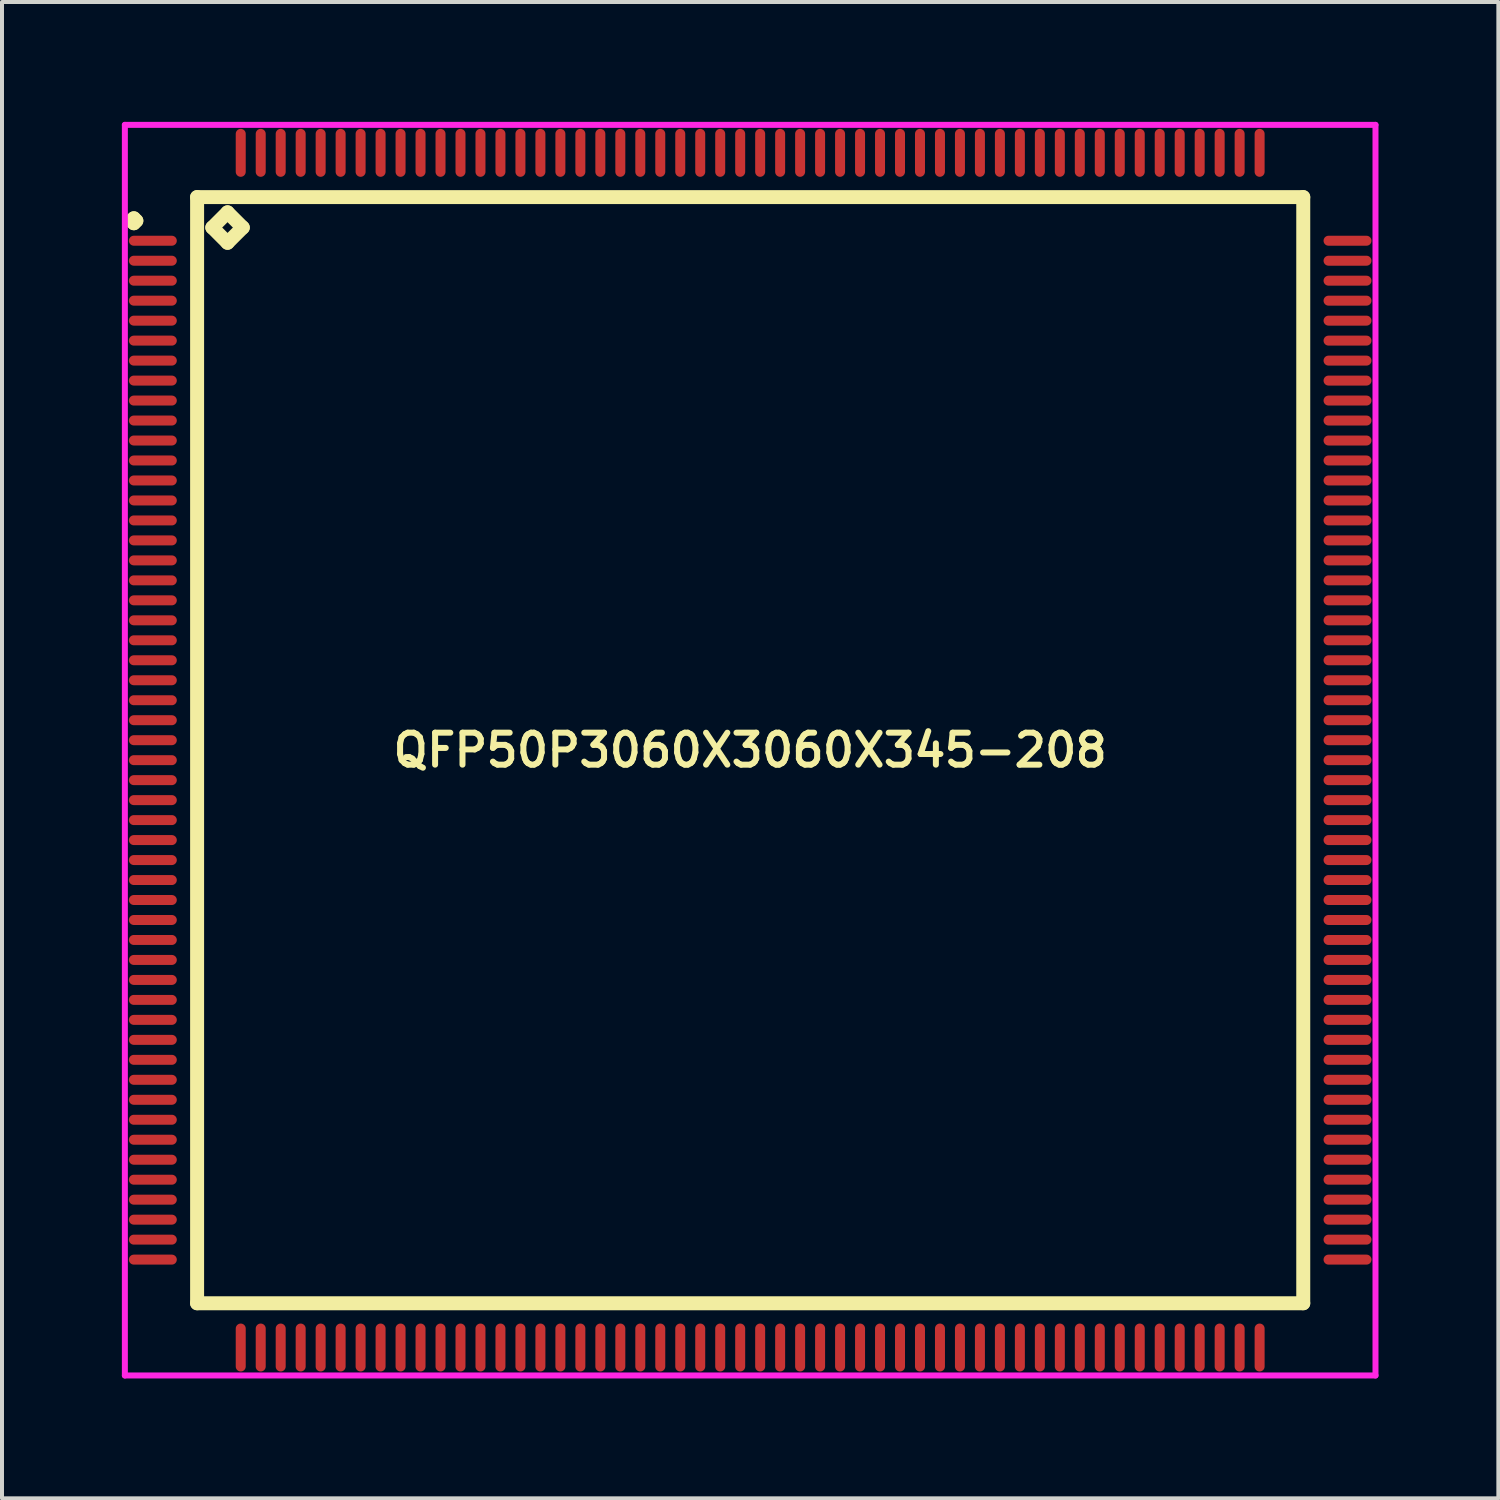
<source format=kicad_pcb>
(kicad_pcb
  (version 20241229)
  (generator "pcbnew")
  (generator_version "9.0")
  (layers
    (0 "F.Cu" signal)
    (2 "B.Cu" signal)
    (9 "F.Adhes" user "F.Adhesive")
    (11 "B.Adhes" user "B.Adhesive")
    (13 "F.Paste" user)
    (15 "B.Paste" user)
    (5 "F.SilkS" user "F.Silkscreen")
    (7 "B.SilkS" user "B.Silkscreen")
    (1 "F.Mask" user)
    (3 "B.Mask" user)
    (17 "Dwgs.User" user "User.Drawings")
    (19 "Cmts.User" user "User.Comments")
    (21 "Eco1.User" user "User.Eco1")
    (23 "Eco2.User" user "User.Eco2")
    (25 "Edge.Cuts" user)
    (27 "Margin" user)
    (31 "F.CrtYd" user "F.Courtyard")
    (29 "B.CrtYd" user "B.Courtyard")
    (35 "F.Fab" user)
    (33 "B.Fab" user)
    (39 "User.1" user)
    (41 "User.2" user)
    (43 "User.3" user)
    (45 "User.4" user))
  (footprint "QFP50P3060X3060X345-208"
    (layer "F.Cu")
    (at 15.725 15.725)
    (property "Reference" "QFP50P3060X3060X345-208" (at 0 0 0) (layer "F.SilkS") (effects (font (size 0.8 0.8) (thickness 0.15))))
    (attr smd)
    (fp_line (start -15.488 -13.25) (end -15.425 -13.312) (stroke (width 0.35) (type solid)) (layer "F.SilkS"))
    (fp_line (start -15.425 -13.312) (end -15.363 -13.25) (stroke (width 0.35) (type solid)) (layer "F.SilkS"))
    (fp_line (start -15.425 -13.188) (end -15.488 -13.25) (stroke (width 0.35) (type solid)) (layer "F.SilkS"))
    (fp_line (start -15.363 -13.25) (end -15.425 -13.188) (stroke (width 0.35) (type solid)) (layer "F.SilkS"))
    (fp_line (start -13.842 -13.842) (end -13.842 13.842) (stroke (width 0.35) (type solid)) (layer "F.SilkS"))
    (fp_line (start -13.842 13.842) (end 13.842 13.842) (stroke (width 0.35) (type solid)) (layer "F.SilkS"))
    (fp_line (start -13.461 -13.08) (end -13.08 -13.461) (stroke (width 0.35) (type solid)) (layer "F.SilkS"))
    (fp_line (start -13.08 -13.461) (end -12.699 -13.08) (stroke (width 0.35) (type solid)) (layer "F.SilkS"))
    (fp_line (start -13.08 -12.699) (end -13.461 -13.08) (stroke (width 0.35) (type solid)) (layer "F.SilkS"))
    (fp_line (start -12.699 -13.08) (end -13.08 -12.699) (stroke (width 0.35) (type solid)) (layer "F.SilkS"))
    (fp_line (start 13.842 -13.842) (end -13.842 -13.842) (stroke (width 0.35) (type solid)) (layer "F.SilkS"))
    (fp_line (start 13.842 13.842) (end 13.842 -13.842) (stroke (width 0.35) (type solid)) (layer "F.SilkS"))
    (fp_line (start -15.65 -15.65) (end 15.65 -15.65) (stroke (width 0.15) (type solid)) (layer "F.CrtYd"))
    (fp_line (start -15.65 15.65) (end -15.65 -15.65) (stroke (width 0.15) (type solid)) (layer "F.CrtYd"))
    (fp_line (start 15.65 -15.65) (end 15.65 15.65) (stroke (width 0.15) (type solid)) (layer "F.CrtYd"))
    (fp_line (start 15.65 15.65) (end -15.65 15.65) (stroke (width 0.15) (type solid)) (layer "F.CrtYd"))
    (pad "1" smd oval (at -14.95 -12.75) (size 1.2 0.25) (layers "F.Cu" "F.Mask" "F.Paste"))
    (pad "2" smd oval (at -14.95 -12.25) (size 1.2 0.25) (layers "F.Cu" "F.Mask" "F.Paste"))
    (pad "3" smd oval (at -14.95 -11.75) (size 1.2 0.25) (layers "F.Cu" "F.Mask" "F.Paste"))
    (pad "4" smd oval (at -14.95 -11.25) (size 1.2 0.25) (layers "F.Cu" "F.Mask" "F.Paste"))
    (pad "5" smd oval (at -14.95 -10.75) (size 1.2 0.25) (layers "F.Cu" "F.Mask" "F.Paste"))
    (pad "6" smd oval (at -14.95 -10.25) (size 1.2 0.25) (layers "F.Cu" "F.Mask" "F.Paste"))
    (pad "7" smd oval (at -14.95 -9.75) (size 1.2 0.25) (layers "F.Cu" "F.Mask" "F.Paste"))
    (pad "8" smd oval (at -14.95 -9.25) (size 1.2 0.25) (layers "F.Cu" "F.Mask" "F.Paste"))
    (pad "9" smd oval (at -14.95 -8.75) (size 1.2 0.25) (layers "F.Cu" "F.Mask" "F.Paste"))
    (pad "10" smd oval (at -14.95 -8.25) (size 1.2 0.25) (layers "F.Cu" "F.Mask" "F.Paste"))
    (pad "11" smd oval (at -14.95 -7.75) (size 1.2 0.25) (layers "F.Cu" "F.Mask" "F.Paste"))
    (pad "12" smd oval (at -14.95 -7.25) (size 1.2 0.25) (layers "F.Cu" "F.Mask" "F.Paste"))
    (pad "13" smd oval (at -14.95 -6.75) (size 1.2 0.25) (layers "F.Cu" "F.Mask" "F.Paste"))
    (pad "14" smd oval (at -14.95 -6.25) (size 1.2 0.25) (layers "F.Cu" "F.Mask" "F.Paste"))
    (pad "15" smd oval (at -14.95 -5.75) (size 1.2 0.25) (layers "F.Cu" "F.Mask" "F.Paste"))
    (pad "16" smd oval (at -14.95 -5.25) (size 1.2 0.25) (layers "F.Cu" "F.Mask" "F.Paste"))
    (pad "17" smd oval (at -14.95 -4.75) (size 1.2 0.25) (layers "F.Cu" "F.Mask" "F.Paste"))
    (pad "18" smd oval (at -14.95 -4.25) (size 1.2 0.25) (layers "F.Cu" "F.Mask" "F.Paste"))
    (pad "19" smd oval (at -14.95 -3.75) (size 1.2 0.25) (layers "F.Cu" "F.Mask" "F.Paste"))
    (pad "20" smd oval (at -14.95 -3.25) (size 1.2 0.25) (layers "F.Cu" "F.Mask" "F.Paste"))
    (pad "21" smd oval (at -14.95 -2.75) (size 1.2 0.25) (layers "F.Cu" "F.Mask" "F.Paste"))
    (pad "22" smd oval (at -14.95 -2.25) (size 1.2 0.25) (layers "F.Cu" "F.Mask" "F.Paste"))
    (pad "23" smd oval (at -14.95 -1.75) (size 1.2 0.25) (layers "F.Cu" "F.Mask" "F.Paste"))
    (pad "24" smd oval (at -14.95 -1.25) (size 1.2 0.25) (layers "F.Cu" "F.Mask" "F.Paste"))
    (pad "25" smd oval (at -14.95 -0.75) (size 1.2 0.25) (layers "F.Cu" "F.Mask" "F.Paste"))
    (pad "26" smd oval (at -14.95 -0.25) (size 1.2 0.25) (layers "F.Cu" "F.Mask" "F.Paste"))
    (pad "27" smd oval (at -14.95 0.25) (size 1.2 0.25) (layers "F.Cu" "F.Mask" "F.Paste"))
    (pad "28" smd oval (at -14.95 0.75) (size 1.2 0.25) (layers "F.Cu" "F.Mask" "F.Paste"))
    (pad "29" smd oval (at -14.95 1.25) (size 1.2 0.25) (layers "F.Cu" "F.Mask" "F.Paste"))
    (pad "30" smd oval (at -14.95 1.75) (size 1.2 0.25) (layers "F.Cu" "F.Mask" "F.Paste"))
    (pad "31" smd oval (at -14.95 2.25) (size 1.2 0.25) (layers "F.Cu" "F.Mask" "F.Paste"))
    (pad "32" smd oval (at -14.95 2.75) (size 1.2 0.25) (layers "F.Cu" "F.Mask" "F.Paste"))
    (pad "33" smd oval (at -14.95 3.25) (size 1.2 0.25) (layers "F.Cu" "F.Mask" "F.Paste"))
    (pad "34" smd oval (at -14.95 3.75) (size 1.2 0.25) (layers "F.Cu" "F.Mask" "F.Paste"))
    (pad "35" smd oval (at -14.95 4.25) (size 1.2 0.25) (layers "F.Cu" "F.Mask" "F.Paste"))
    (pad "36" smd oval (at -14.95 4.75) (size 1.2 0.25) (layers "F.Cu" "F.Mask" "F.Paste"))
    (pad "37" smd oval (at -14.95 5.25) (size 1.2 0.25) (layers "F.Cu" "F.Mask" "F.Paste"))
    (pad "38" smd oval (at -14.95 5.75) (size 1.2 0.25) (layers "F.Cu" "F.Mask" "F.Paste"))
    (pad "39" smd oval (at -14.95 6.25) (size 1.2 0.25) (layers "F.Cu" "F.Mask" "F.Paste"))
    (pad "40" smd oval (at -14.95 6.75) (size 1.2 0.25) (layers "F.Cu" "F.Mask" "F.Paste"))
    (pad "41" smd oval (at -14.95 7.25) (size 1.2 0.25) (layers "F.Cu" "F.Mask" "F.Paste"))
    (pad "42" smd oval (at -14.95 7.75) (size 1.2 0.25) (layers "F.Cu" "F.Mask" "F.Paste"))
    (pad "43" smd oval (at -14.95 8.25) (size 1.2 0.25) (layers "F.Cu" "F.Mask" "F.Paste"))
    (pad "44" smd oval (at -14.95 8.75) (size 1.2 0.25) (layers "F.Cu" "F.Mask" "F.Paste"))
    (pad "45" smd oval (at -14.95 9.25) (size 1.2 0.25) (layers "F.Cu" "F.Mask" "F.Paste"))
    (pad "46" smd oval (at -14.95 9.75) (size 1.2 0.25) (layers "F.Cu" "F.Mask" "F.Paste"))
    (pad "47" smd oval (at -14.95 10.25) (size 1.2 0.25) (layers "F.Cu" "F.Mask" "F.Paste"))
    (pad "48" smd oval (at -14.95 10.75) (size 1.2 0.25) (layers "F.Cu" "F.Mask" "F.Paste"))
    (pad "49" smd oval (at -14.95 11.25) (size 1.2 0.25) (layers "F.Cu" "F.Mask" "F.Paste"))
    (pad "50" smd oval (at -14.95 11.75) (size 1.2 0.25) (layers "F.Cu" "F.Mask" "F.Paste"))
    (pad "51" smd oval (at -14.95 12.25) (size 1.2 0.25) (layers "F.Cu" "F.Mask" "F.Paste"))
    (pad "52" smd oval (at -14.95 12.75) (size 1.2 0.25) (layers "F.Cu" "F.Mask" "F.Paste"))
    (pad "53" smd oval (at -12.75 14.95) (size 0.25 1.2) (layers "F.Cu" "F.Mask" "F.Paste"))
    (pad "54" smd oval (at -12.25 14.95) (size 0.25 1.2) (layers "F.Cu" "F.Mask" "F.Paste"))
    (pad "55" smd oval (at -11.75 14.95) (size 0.25 1.2) (layers "F.Cu" "F.Mask" "F.Paste"))
    (pad "56" smd oval (at -11.25 14.95) (size 0.25 1.2) (layers "F.Cu" "F.Mask" "F.Paste"))
    (pad "57" smd oval (at -10.75 14.95) (size 0.25 1.2) (layers "F.Cu" "F.Mask" "F.Paste"))
    (pad "58" smd oval (at -10.25 14.95) (size 0.25 1.2) (layers "F.Cu" "F.Mask" "F.Paste"))
    (pad "59" smd oval (at -9.75 14.95) (size 0.25 1.2) (layers "F.Cu" "F.Mask" "F.Paste"))
    (pad "60" smd oval (at -9.25 14.95) (size 0.25 1.2) (layers "F.Cu" "F.Mask" "F.Paste"))
    (pad "61" smd oval (at -8.75 14.95) (size 0.25 1.2) (layers "F.Cu" "F.Mask" "F.Paste"))
    (pad "62" smd oval (at -8.25 14.95) (size 0.25 1.2) (layers "F.Cu" "F.Mask" "F.Paste"))
    (pad "63" smd oval (at -7.75 14.95) (size 0.25 1.2) (layers "F.Cu" "F.Mask" "F.Paste"))
    (pad "64" smd oval (at -7.25 14.95) (size 0.25 1.2) (layers "F.Cu" "F.Mask" "F.Paste"))
    (pad "65" smd oval (at -6.75 14.95) (size 0.25 1.2) (layers "F.Cu" "F.Mask" "F.Paste"))
    (pad "66" smd oval (at -6.25 14.95) (size 0.25 1.2) (layers "F.Cu" "F.Mask" "F.Paste"))
    (pad "67" smd oval (at -5.75 14.95) (size 0.25 1.2) (layers "F.Cu" "F.Mask" "F.Paste"))
    (pad "68" smd oval (at -5.25 14.95) (size 0.25 1.2) (layers "F.Cu" "F.Mask" "F.Paste"))
    (pad "69" smd oval (at -4.75 14.95) (size 0.25 1.2) (layers "F.Cu" "F.Mask" "F.Paste"))
    (pad "70" smd oval (at -4.25 14.95) (size 0.25 1.2) (layers "F.Cu" "F.Mask" "F.Paste"))
    (pad "71" smd oval (at -3.75 14.95) (size 0.25 1.2) (layers "F.Cu" "F.Mask" "F.Paste"))
    (pad "72" smd oval (at -3.25 14.95) (size 0.25 1.2) (layers "F.Cu" "F.Mask" "F.Paste"))
    (pad "73" smd oval (at -2.75 14.95) (size 0.25 1.2) (layers "F.Cu" "F.Mask" "F.Paste"))
    (pad "74" smd oval (at -2.25 14.95) (size 0.25 1.2) (layers "F.Cu" "F.Mask" "F.Paste"))
    (pad "75" smd oval (at -1.75 14.95) (size 0.25 1.2) (layers "F.Cu" "F.Mask" "F.Paste"))
    (pad "76" smd oval (at -1.25 14.95) (size 0.25 1.2) (layers "F.Cu" "F.Mask" "F.Paste"))
    (pad "77" smd oval (at -0.75 14.95) (size 0.25 1.2) (layers "F.Cu" "F.Mask" "F.Paste"))
    (pad "78" smd oval (at -0.25 14.95) (size 0.25 1.2) (layers "F.Cu" "F.Mask" "F.Paste"))
    (pad "79" smd oval (at 0.25 14.95) (size 0.25 1.2) (layers "F.Cu" "F.Mask" "F.Paste"))
    (pad "80" smd oval (at 0.75 14.95) (size 0.25 1.2) (layers "F.Cu" "F.Mask" "F.Paste"))
    (pad "81" smd oval (at 1.25 14.95) (size 0.25 1.2) (layers "F.Cu" "F.Mask" "F.Paste"))
    (pad "82" smd oval (at 1.75 14.95) (size 0.25 1.2) (layers "F.Cu" "F.Mask" "F.Paste"))
    (pad "83" smd oval (at 2.25 14.95) (size 0.25 1.2) (layers "F.Cu" "F.Mask" "F.Paste"))
    (pad "84" smd oval (at 2.75 14.95) (size 0.25 1.2) (layers "F.Cu" "F.Mask" "F.Paste"))
    (pad "85" smd oval (at 3.25 14.95) (size 0.25 1.2) (layers "F.Cu" "F.Mask" "F.Paste"))
    (pad "86" smd oval (at 3.75 14.95) (size 0.25 1.2) (layers "F.Cu" "F.Mask" "F.Paste"))
    (pad "87" smd oval (at 4.25 14.95) (size 0.25 1.2) (layers "F.Cu" "F.Mask" "F.Paste"))
    (pad "88" smd oval (at 4.75 14.95) (size 0.25 1.2) (layers "F.Cu" "F.Mask" "F.Paste"))
    (pad "89" smd oval (at 5.25 14.95) (size 0.25 1.2) (layers "F.Cu" "F.Mask" "F.Paste"))
    (pad "90" smd oval (at 5.75 14.95) (size 0.25 1.2) (layers "F.Cu" "F.Mask" "F.Paste"))
    (pad "91" smd oval (at 6.25 14.95) (size 0.25 1.2) (layers "F.Cu" "F.Mask" "F.Paste"))
    (pad "92" smd oval (at 6.75 14.95) (size 0.25 1.2) (layers "F.Cu" "F.Mask" "F.Paste"))
    (pad "93" smd oval (at 7.25 14.95) (size 0.25 1.2) (layers "F.Cu" "F.Mask" "F.Paste"))
    (pad "94" smd oval (at 7.75 14.95) (size 0.25 1.2) (layers "F.Cu" "F.Mask" "F.Paste"))
    (pad "95" smd oval (at 8.25 14.95) (size 0.25 1.2) (layers "F.Cu" "F.Mask" "F.Paste"))
    (pad "96" smd oval (at 8.75 14.95) (size 0.25 1.2) (layers "F.Cu" "F.Mask" "F.Paste"))
    (pad "97" smd oval (at 9.25 14.95) (size 0.25 1.2) (layers "F.Cu" "F.Mask" "F.Paste"))
    (pad "98" smd oval (at 9.75 14.95) (size 0.25 1.2) (layers "F.Cu" "F.Mask" "F.Paste"))
    (pad "99" smd oval (at 10.25 14.95) (size 0.25 1.2) (layers "F.Cu" "F.Mask" "F.Paste"))
    (pad "100" smd oval (at 10.75 14.95) (size 0.25 1.2) (layers "F.Cu" "F.Mask" "F.Paste"))
    (pad "101" smd oval (at 11.25 14.95) (size 0.25 1.2) (layers "F.Cu" "F.Mask" "F.Paste"))
    (pad "102" smd oval (at 11.75 14.95) (size 0.25 1.2) (layers "F.Cu" "F.Mask" "F.Paste"))
    (pad "103" smd oval (at 12.25 14.95) (size 0.25 1.2) (layers "F.Cu" "F.Mask" "F.Paste"))
    (pad "104" smd oval (at 12.75 14.95) (size 0.25 1.2) (layers "F.Cu" "F.Mask" "F.Paste"))
    (pad "105" smd oval (at 14.95 12.75) (size 1.2 0.25) (layers "F.Cu" "F.Mask" "F.Paste"))
    (pad "106" smd oval (at 14.95 12.25) (size 1.2 0.25) (layers "F.Cu" "F.Mask" "F.Paste"))
    (pad "107" smd oval (at 14.95 11.75) (size 1.2 0.25) (layers "F.Cu" "F.Mask" "F.Paste"))
    (pad "108" smd oval (at 14.95 11.25) (size 1.2 0.25) (layers "F.Cu" "F.Mask" "F.Paste"))
    (pad "109" smd oval (at 14.95 10.75) (size 1.2 0.25) (layers "F.Cu" "F.Mask" "F.Paste"))
    (pad "110" smd oval (at 14.95 10.25) (size 1.2 0.25) (layers "F.Cu" "F.Mask" "F.Paste"))
    (pad "111" smd oval (at 14.95 9.75) (size 1.2 0.25) (layers "F.Cu" "F.Mask" "F.Paste"))
    (pad "112" smd oval (at 14.95 9.25) (size 1.2 0.25) (layers "F.Cu" "F.Mask" "F.Paste"))
    (pad "113" smd oval (at 14.95 8.75) (size 1.2 0.25) (layers "F.Cu" "F.Mask" "F.Paste"))
    (pad "114" smd oval (at 14.95 8.25) (size 1.2 0.25) (layers "F.Cu" "F.Mask" "F.Paste"))
    (pad "115" smd oval (at 14.95 7.75) (size 1.2 0.25) (layers "F.Cu" "F.Mask" "F.Paste"))
    (pad "116" smd oval (at 14.95 7.25) (size 1.2 0.25) (layers "F.Cu" "F.Mask" "F.Paste"))
    (pad "117" smd oval (at 14.95 6.75) (size 1.2 0.25) (layers "F.Cu" "F.Mask" "F.Paste"))
    (pad "118" smd oval (at 14.95 6.25) (size 1.2 0.25) (layers "F.Cu" "F.Mask" "F.Paste"))
    (pad "119" smd oval (at 14.95 5.75) (size 1.2 0.25) (layers "F.Cu" "F.Mask" "F.Paste"))
    (pad "120" smd oval (at 14.95 5.25) (size 1.2 0.25) (layers "F.Cu" "F.Mask" "F.Paste"))
    (pad "121" smd oval (at 14.95 4.75) (size 1.2 0.25) (layers "F.Cu" "F.Mask" "F.Paste"))
    (pad "122" smd oval (at 14.95 4.25) (size 1.2 0.25) (layers "F.Cu" "F.Mask" "F.Paste"))
    (pad "123" smd oval (at 14.95 3.75) (size 1.2 0.25) (layers "F.Cu" "F.Mask" "F.Paste"))
    (pad "124" smd oval (at 14.95 3.25) (size 1.2 0.25) (layers "F.Cu" "F.Mask" "F.Paste"))
    (pad "125" smd oval (at 14.95 2.75) (size 1.2 0.25) (layers "F.Cu" "F.Mask" "F.Paste"))
    (pad "126" smd oval (at 14.95 2.25) (size 1.2 0.25) (layers "F.Cu" "F.Mask" "F.Paste"))
    (pad "127" smd oval (at 14.95 1.75) (size 1.2 0.25) (layers "F.Cu" "F.Mask" "F.Paste"))
    (pad "128" smd oval (at 14.95 1.25) (size 1.2 0.25) (layers "F.Cu" "F.Mask" "F.Paste"))
    (pad "129" smd oval (at 14.95 0.75) (size 1.2 0.25) (layers "F.Cu" "F.Mask" "F.Paste"))
    (pad "130" smd oval (at 14.95 0.25) (size 1.2 0.25) (layers "F.Cu" "F.Mask" "F.Paste"))
    (pad "131" smd oval (at 14.95 -0.25) (size 1.2 0.25) (layers "F.Cu" "F.Mask" "F.Paste"))
    (pad "132" smd oval (at 14.95 -0.75) (size 1.2 0.25) (layers "F.Cu" "F.Mask" "F.Paste"))
    (pad "133" smd oval (at 14.95 -1.25) (size 1.2 0.25) (layers "F.Cu" "F.Mask" "F.Paste"))
    (pad "134" smd oval (at 14.95 -1.75) (size 1.2 0.25) (layers "F.Cu" "F.Mask" "F.Paste"))
    (pad "135" smd oval (at 14.95 -2.25) (size 1.2 0.25) (layers "F.Cu" "F.Mask" "F.Paste"))
    (pad "136" smd oval (at 14.95 -2.75) (size 1.2 0.25) (layers "F.Cu" "F.Mask" "F.Paste"))
    (pad "137" smd oval (at 14.95 -3.25) (size 1.2 0.25) (layers "F.Cu" "F.Mask" "F.Paste"))
    (pad "138" smd oval (at 14.95 -3.75) (size 1.2 0.25) (layers "F.Cu" "F.Mask" "F.Paste"))
    (pad "139" smd oval (at 14.95 -4.25) (size 1.2 0.25) (layers "F.Cu" "F.Mask" "F.Paste"))
    (pad "140" smd oval (at 14.95 -4.75) (size 1.2 0.25) (layers "F.Cu" "F.Mask" "F.Paste"))
    (pad "141" smd oval (at 14.95 -5.25) (size 1.2 0.25) (layers "F.Cu" "F.Mask" "F.Paste"))
    (pad "142" smd oval (at 14.95 -5.75) (size 1.2 0.25) (layers "F.Cu" "F.Mask" "F.Paste"))
    (pad "143" smd oval (at 14.95 -6.25) (size 1.2 0.25) (layers "F.Cu" "F.Mask" "F.Paste"))
    (pad "144" smd oval (at 14.95 -6.75) (size 1.2 0.25) (layers "F.Cu" "F.Mask" "F.Paste"))
    (pad "145" smd oval (at 14.95 -7.25) (size 1.2 0.25) (layers "F.Cu" "F.Mask" "F.Paste"))
    (pad "146" smd oval (at 14.95 -7.75) (size 1.2 0.25) (layers "F.Cu" "F.Mask" "F.Paste"))
    (pad "147" smd oval (at 14.95 -8.25) (size 1.2 0.25) (layers "F.Cu" "F.Mask" "F.Paste"))
    (pad "148" smd oval (at 14.95 -8.75) (size 1.2 0.25) (layers "F.Cu" "F.Mask" "F.Paste"))
    (pad "149" smd oval (at 14.95 -9.25) (size 1.2 0.25) (layers "F.Cu" "F.Mask" "F.Paste"))
    (pad "150" smd oval (at 14.95 -9.75) (size 1.2 0.25) (layers "F.Cu" "F.Mask" "F.Paste"))
    (pad "151" smd oval (at 14.95 -10.25) (size 1.2 0.25) (layers "F.Cu" "F.Mask" "F.Paste"))
    (pad "152" smd oval (at 14.95 -10.75) (size 1.2 0.25) (layers "F.Cu" "F.Mask" "F.Paste"))
    (pad "153" smd oval (at 14.95 -11.25) (size 1.2 0.25) (layers "F.Cu" "F.Mask" "F.Paste"))
    (pad "154" smd oval (at 14.95 -11.75) (size 1.2 0.25) (layers "F.Cu" "F.Mask" "F.Paste"))
    (pad "155" smd oval (at 14.95 -12.25) (size 1.2 0.25) (layers "F.Cu" "F.Mask" "F.Paste"))
    (pad "156" smd oval (at 14.95 -12.75) (size 1.2 0.25) (layers "F.Cu" "F.Mask" "F.Paste"))
    (pad "157" smd oval (at 12.75 -14.95) (size 0.25 1.2) (layers "F.Cu" "F.Mask" "F.Paste"))
    (pad "158" smd oval (at 12.25 -14.95) (size 0.25 1.2) (layers "F.Cu" "F.Mask" "F.Paste"))
    (pad "159" smd oval (at 11.75 -14.95) (size 0.25 1.2) (layers "F.Cu" "F.Mask" "F.Paste"))
    (pad "160" smd oval (at 11.25 -14.95) (size 0.25 1.2) (layers "F.Cu" "F.Mask" "F.Paste"))
    (pad "161" smd oval (at 10.75 -14.95) (size 0.25 1.2) (layers "F.Cu" "F.Mask" "F.Paste"))
    (pad "162" smd oval (at 10.25 -14.95) (size 0.25 1.2) (layers "F.Cu" "F.Mask" "F.Paste"))
    (pad "163" smd oval (at 9.75 -14.95) (size 0.25 1.2) (layers "F.Cu" "F.Mask" "F.Paste"))
    (pad "164" smd oval (at 9.25 -14.95) (size 0.25 1.2) (layers "F.Cu" "F.Mask" "F.Paste"))
    (pad "165" smd oval (at 8.75 -14.95) (size 0.25 1.2) (layers "F.Cu" "F.Mask" "F.Paste"))
    (pad "166" smd oval (at 8.25 -14.95) (size 0.25 1.2) (layers "F.Cu" "F.Mask" "F.Paste"))
    (pad "167" smd oval (at 7.75 -14.95) (size 0.25 1.2) (layers "F.Cu" "F.Mask" "F.Paste"))
    (pad "168" smd oval (at 7.25 -14.95) (size 0.25 1.2) (layers "F.Cu" "F.Mask" "F.Paste"))
    (pad "169" smd oval (at 6.75 -14.95) (size 0.25 1.2) (layers "F.Cu" "F.Mask" "F.Paste"))
    (pad "170" smd oval (at 6.25 -14.95) (size 0.25 1.2) (layers "F.Cu" "F.Mask" "F.Paste"))
    (pad "171" smd oval (at 5.75 -14.95) (size 0.25 1.2) (layers "F.Cu" "F.Mask" "F.Paste"))
    (pad "172" smd oval (at 5.25 -14.95) (size 0.25 1.2) (layers "F.Cu" "F.Mask" "F.Paste"))
    (pad "173" smd oval (at 4.75 -14.95) (size 0.25 1.2) (layers "F.Cu" "F.Mask" "F.Paste"))
    (pad "174" smd oval (at 4.25 -14.95) (size 0.25 1.2) (layers "F.Cu" "F.Mask" "F.Paste"))
    (pad "175" smd oval (at 3.75 -14.95) (size 0.25 1.2) (layers "F.Cu" "F.Mask" "F.Paste"))
    (pad "176" smd oval (at 3.25 -14.95) (size 0.25 1.2) (layers "F.Cu" "F.Mask" "F.Paste"))
    (pad "177" smd oval (at 2.75 -14.95) (size 0.25 1.2) (layers "F.Cu" "F.Mask" "F.Paste"))
    (pad "178" smd oval (at 2.25 -14.95) (size 0.25 1.2) (layers "F.Cu" "F.Mask" "F.Paste"))
    (pad "179" smd oval (at 1.75 -14.95) (size 0.25 1.2) (layers "F.Cu" "F.Mask" "F.Paste"))
    (pad "180" smd oval (at 1.25 -14.95) (size 0.25 1.2) (layers "F.Cu" "F.Mask" "F.Paste"))
    (pad "181" smd oval (at 0.75 -14.95) (size 0.25 1.2) (layers "F.Cu" "F.Mask" "F.Paste"))
    (pad "182" smd oval (at 0.25 -14.95) (size 0.25 1.2) (layers "F.Cu" "F.Mask" "F.Paste"))
    (pad "183" smd oval (at -0.25 -14.95) (size 0.25 1.2) (layers "F.Cu" "F.Mask" "F.Paste"))
    (pad "184" smd oval (at -0.75 -14.95) (size 0.25 1.2) (layers "F.Cu" "F.Mask" "F.Paste"))
    (pad "185" smd oval (at -1.25 -14.95) (size 0.25 1.2) (layers "F.Cu" "F.Mask" "F.Paste"))
    (pad "186" smd oval (at -1.75 -14.95) (size 0.25 1.2) (layers "F.Cu" "F.Mask" "F.Paste"))
    (pad "187" smd oval (at -2.25 -14.95) (size 0.25 1.2) (layers "F.Cu" "F.Mask" "F.Paste"))
    (pad "188" smd oval (at -2.75 -14.95) (size 0.25 1.2) (layers "F.Cu" "F.Mask" "F.Paste"))
    (pad "189" smd oval (at -3.25 -14.95) (size 0.25 1.2) (layers "F.Cu" "F.Mask" "F.Paste"))
    (pad "190" smd oval (at -3.75 -14.95) (size 0.25 1.2) (layers "F.Cu" "F.Mask" "F.Paste"))
    (pad "191" smd oval (at -4.25 -14.95) (size 0.25 1.2) (layers "F.Cu" "F.Mask" "F.Paste"))
    (pad "192" smd oval (at -4.75 -14.95) (size 0.25 1.2) (layers "F.Cu" "F.Mask" "F.Paste"))
    (pad "193" smd oval (at -5.25 -14.95) (size 0.25 1.2) (layers "F.Cu" "F.Mask" "F.Paste"))
    (pad "194" smd oval (at -5.75 -14.95) (size 0.25 1.2) (layers "F.Cu" "F.Mask" "F.Paste"))
    (pad "195" smd oval (at -6.25 -14.95) (size 0.25 1.2) (layers "F.Cu" "F.Mask" "F.Paste"))
    (pad "196" smd oval (at -6.75 -14.95) (size 0.25 1.2) (layers "F.Cu" "F.Mask" "F.Paste"))
    (pad "197" smd oval (at -7.25 -14.95) (size 0.25 1.2) (layers "F.Cu" "F.Mask" "F.Paste"))
    (pad "198" smd oval (at -7.75 -14.95) (size 0.25 1.2) (layers "F.Cu" "F.Mask" "F.Paste"))
    (pad "199" smd oval (at -8.25 -14.95) (size 0.25 1.2) (layers "F.Cu" "F.Mask" "F.Paste"))
    (pad "200" smd oval (at -8.75 -14.95) (size 0.25 1.2) (layers "F.Cu" "F.Mask" "F.Paste"))
    (pad "201" smd oval (at -9.25 -14.95) (size 0.25 1.2) (layers "F.Cu" "F.Mask" "F.Paste"))
    (pad "202" smd oval (at -9.75 -14.95) (size 0.25 1.2) (layers "F.Cu" "F.Mask" "F.Paste"))
    (pad "203" smd oval (at -10.25 -14.95) (size 0.25 1.2) (layers "F.Cu" "F.Mask" "F.Paste"))
    (pad "204" smd oval (at -10.75 -14.95) (size 0.25 1.2) (layers "F.Cu" "F.Mask" "F.Paste"))
    (pad "205" smd oval (at -11.25 -14.95) (size 0.25 1.2) (layers "F.Cu" "F.Mask" "F.Paste"))
    (pad "206" smd oval (at -11.75 -14.95) (size 0.25 1.2) (layers "F.Cu" "F.Mask" "F.Paste"))
    (pad "207" smd oval (at -12.25 -14.95) (size 0.25 1.2) (layers "F.Cu" "F.Mask" "F.Paste"))
    (pad "208" smd oval (at -12.75 -14.95) (size 0.25 1.2) (layers "F.Cu" "F.Mask" "F.Paste")))
  (gr_rect
    (start -3 -3)
    (end 34.45 34.45)
    (stroke (width 0.1) (type default))
    (fill no)
    (layer "Edge.Cuts")))
</source>
